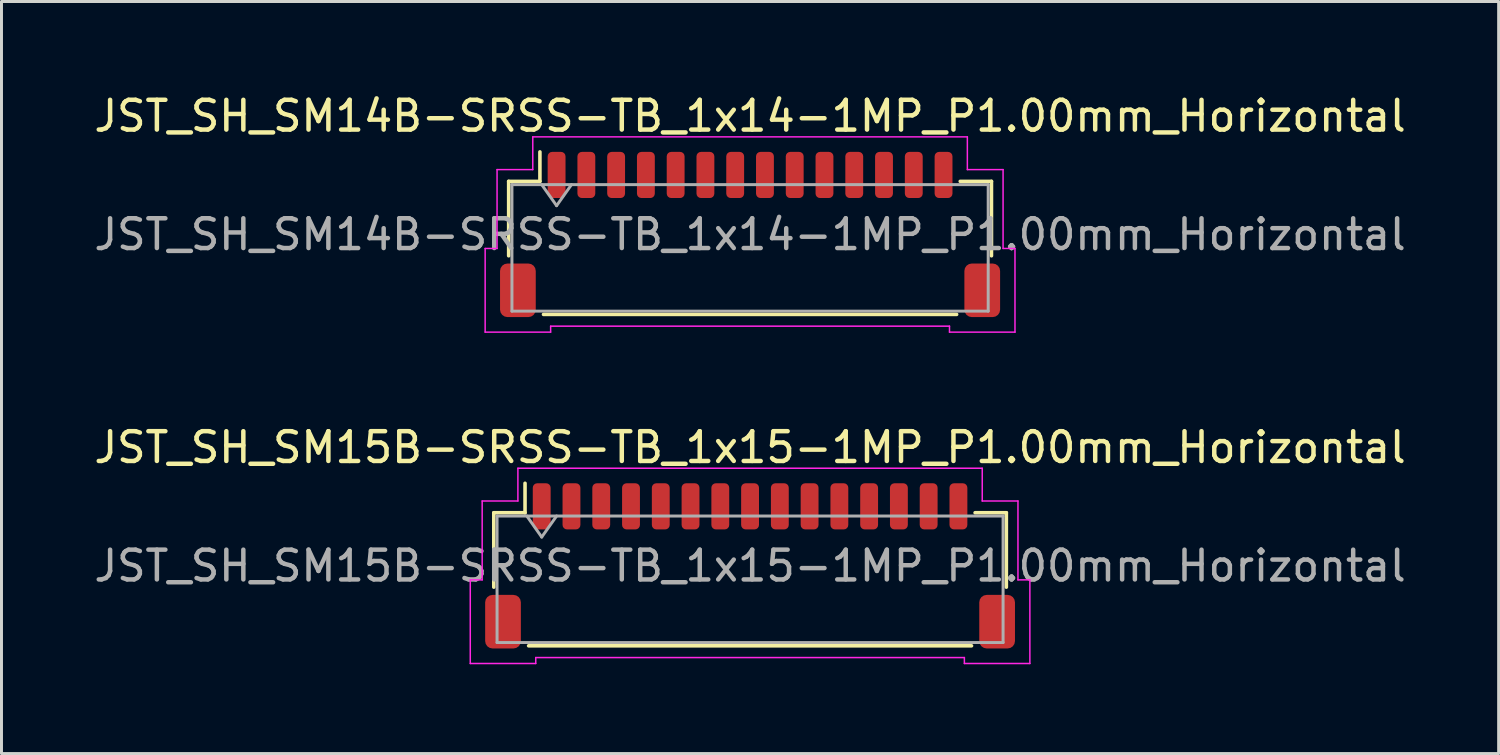
<source format=kicad_pcb>
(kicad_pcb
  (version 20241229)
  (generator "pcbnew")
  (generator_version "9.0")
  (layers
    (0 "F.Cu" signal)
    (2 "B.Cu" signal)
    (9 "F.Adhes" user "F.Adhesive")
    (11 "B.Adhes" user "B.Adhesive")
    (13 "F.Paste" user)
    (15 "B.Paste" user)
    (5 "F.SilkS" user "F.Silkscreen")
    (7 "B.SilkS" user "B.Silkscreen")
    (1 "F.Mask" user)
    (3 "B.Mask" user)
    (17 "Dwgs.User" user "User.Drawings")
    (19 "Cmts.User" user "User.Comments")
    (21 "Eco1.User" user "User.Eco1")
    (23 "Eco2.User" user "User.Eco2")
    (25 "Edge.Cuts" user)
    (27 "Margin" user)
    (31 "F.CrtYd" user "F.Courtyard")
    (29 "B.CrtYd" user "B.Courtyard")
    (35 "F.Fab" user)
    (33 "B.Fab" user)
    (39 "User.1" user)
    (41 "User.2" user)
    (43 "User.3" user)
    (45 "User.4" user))
  (footprint "JST_SH_SM15B-SRSS-TB_1x15-1MP_P1.00mm_Horizontal"
    (layer "F.Cu")
    (at 22.149 15.961)
    (property "Reference" "JST_SH_SM15B-SRSS-TB_1x15-1MP_P1.00mm_Horizontal" (at 0 -3.98 0) (layer "F.SilkS") (effects (font (size 1 1) (thickness 0.15))))
    (attr smd)
    (fp_line (start -8.61 -1.785) (end -7.56 -1.785) (stroke (width 0.12) (type solid)) (layer "F.SilkS"))
    (fp_line (start -8.61 0.715) (end -8.61 -1.785) (stroke (width 0.12) (type solid)) (layer "F.SilkS"))
    (fp_line (start -7.56 -1.785) (end -7.56 -2.775) (stroke (width 0.12) (type solid)) (layer "F.SilkS"))
    (fp_line (start -7.44 2.685) (end 7.44 2.685) (stroke (width 0.12) (type solid)) (layer "F.SilkS"))
    (fp_line (start 8.61 -1.785) (end 7.56 -1.785) (stroke (width 0.12) (type solid)) (layer "F.SilkS"))
    (fp_line (start 8.61 0.715) (end 8.61 -1.785) (stroke (width 0.12) (type solid)) (layer "F.SilkS"))
    (fp_line (start -9.4 0.47) (end -9 0.47) (stroke (width 0.05) (type solid)) (layer "F.CrtYd"))
    (fp_line (start -9.4 3.28) (end -9.4 0.47) (stroke (width 0.05) (type solid)) (layer "F.CrtYd"))
    (fp_line (start -9 -2.18) (end -7.8 -2.18) (stroke (width 0.05) (type solid)) (layer "F.CrtYd"))
    (fp_line (start -9 0.47) (end -9 -2.18) (stroke (width 0.05) (type solid)) (layer "F.CrtYd"))
    (fp_line (start -7.8 -3.28) (end 7.8 -3.28) (stroke (width 0.05) (type solid)) (layer "F.CrtYd"))
    (fp_line (start -7.8 -2.18) (end -7.8 -3.28) (stroke (width 0.05) (type solid)) (layer "F.CrtYd"))
    (fp_line (start -7.2 3.08) (end -7.2 3.28) (stroke (width 0.05) (type solid)) (layer "F.CrtYd"))
    (fp_line (start -7.2 3.28) (end -9.4 3.28) (stroke (width 0.05) (type solid)) (layer "F.CrtYd"))
    (fp_line (start 7.2 3.08) (end -7.2 3.08) (stroke (width 0.05) (type solid)) (layer "F.CrtYd"))
    (fp_line (start 7.2 3.28) (end 7.2 3.08) (stroke (width 0.05) (type solid)) (layer "F.CrtYd"))
    (fp_line (start 7.8 -3.28) (end 7.8 -2.18) (stroke (width 0.05) (type solid)) (layer "F.CrtYd"))
    (fp_line (start 7.8 -2.18) (end 9 -2.18) (stroke (width 0.05) (type solid)) (layer "F.CrtYd"))
    (fp_line (start 9 -2.18) (end 9 0.47) (stroke (width 0.05) (type solid)) (layer "F.CrtYd"))
    (fp_line (start 9 0.47) (end 9.4 0.47) (stroke (width 0.05) (type solid)) (layer "F.CrtYd"))
    (fp_line (start 9.4 0.47) (end 9.4 3.28) (stroke (width 0.05) (type solid)) (layer "F.CrtYd"))
    (fp_line (start 9.4 3.28) (end 7.2 3.28) (stroke (width 0.05) (type solid)) (layer "F.CrtYd"))
    (fp_line (start -8.5 -1.675) (end -8.5 2.575) (stroke (width 0.1) (type solid)) (layer "F.Fab"))
    (fp_line (start -8.5 -1.675) (end 8.5 -1.675) (stroke (width 0.1) (type solid)) (layer "F.Fab"))
    (fp_line (start -8.5 2.575) (end 8.5 2.575) (stroke (width 0.1) (type solid)) (layer "F.Fab"))
    (fp_line (start -7.5 -1.675) (end -7 -0.968) (stroke (width 0.1) (type solid)) (layer "F.Fab"))
    (fp_line (start -7 -0.968) (end -6.5 -1.675) (stroke (width 0.1) (type solid)) (layer "F.Fab"))
    (fp_line (start 8.5 -1.675) (end 8.5 2.575) (stroke (width 0.1) (type solid)) (layer "F.Fab"))
    (fp_text user "${REFERENCE}" (at 0 0 0) (layer "F.Fab") (effects (font (size 1 1) (thickness 0.15))))
    (pad "1" smd roundrect (at -7 -2) (size 0.6 1.55) (layers "F.Cu" "F.Mask" "F.Paste") (roundrect_rratio 0.25))
    (pad "2" smd roundrect (at -6 -2) (size 0.6 1.55) (layers "F.Cu" "F.Mask" "F.Paste") (roundrect_rratio 0.25))
    (pad "3" smd roundrect (at -5 -2) (size 0.6 1.55) (layers "F.Cu" "F.Mask" "F.Paste") (roundrect_rratio 0.25))
    (pad "4" smd roundrect (at -4 -2) (size 0.6 1.55) (layers "F.Cu" "F.Mask" "F.Paste") (roundrect_rratio 0.25))
    (pad "5" smd roundrect (at -3 -2) (size 0.6 1.55) (layers "F.Cu" "F.Mask" "F.Paste") (roundrect_rratio 0.25))
    (pad "6" smd roundrect (at -2 -2) (size 0.6 1.55) (layers "F.Cu" "F.Mask" "F.Paste") (roundrect_rratio 0.25))
    (pad "7" smd roundrect (at -1 -2) (size 0.6 1.55) (layers "F.Cu" "F.Mask" "F.Paste") (roundrect_rratio 0.25))
    (pad "8" smd roundrect (at 0 -2) (size 0.6 1.55) (layers "F.Cu" "F.Mask" "F.Paste") (roundrect_rratio 0.25))
    (pad "9" smd roundrect (at 1 -2) (size 0.6 1.55) (layers "F.Cu" "F.Mask" "F.Paste") (roundrect_rratio 0.25))
    (pad "10" smd roundrect (at 2 -2) (size 0.6 1.55) (layers "F.Cu" "F.Mask" "F.Paste") (roundrect_rratio 0.25))
    (pad "11" smd roundrect (at 3 -2) (size 0.6 1.55) (layers "F.Cu" "F.Mask" "F.Paste") (roundrect_rratio 0.25))
    (pad "12" smd roundrect (at 4 -2) (size 0.6 1.55) (layers "F.Cu" "F.Mask" "F.Paste") (roundrect_rratio 0.25))
    (pad "13" smd roundrect (at 5 -2) (size 0.6 1.55) (layers "F.Cu" "F.Mask" "F.Paste") (roundrect_rratio 0.25))
    (pad "14" smd roundrect (at 6 -2) (size 0.6 1.55) (layers "F.Cu" "F.Mask" "F.Paste") (roundrect_rratio 0.25))
    (pad "15" smd roundrect (at 7 -2) (size 0.6 1.55) (layers "F.Cu" "F.Mask" "F.Paste") (roundrect_rratio 0.25))
    (pad "MP" smd roundrect (at -8.3 1.875) (size 1.2 1.8) (layers "F.Cu" "F.Mask" "F.Paste") (roundrect_rratio 0.208))
    (pad "MP" smd roundrect (at 8.3 1.875) (size 1.2 1.8) (layers "F.Cu" "F.Mask" "F.Paste") (roundrect_rratio 0.208)))
  (footprint "JST_SH_SM14B-SRSS-TB_1x14-1MP_P1.00mm_Horizontal"
    (layer "F.Cu")
    (at 22.149 4.828)
    (property "Reference" "JST_SH_SM14B-SRSS-TB_1x14-1MP_P1.00mm_Horizontal" (at 0 -3.98 0) (layer "F.SilkS") (effects (font (size 1 1) (thickness 0.15))))
    (attr smd)
    (fp_line (start -8.11 -1.785) (end -7.06 -1.785) (stroke (width 0.12) (type solid)) (layer "F.SilkS"))
    (fp_line (start -8.11 0.715) (end -8.11 -1.785) (stroke (width 0.12) (type solid)) (layer "F.SilkS"))
    (fp_line (start -7.06 -1.785) (end -7.06 -2.775) (stroke (width 0.12) (type solid)) (layer "F.SilkS"))
    (fp_line (start -6.94 2.685) (end 6.94 2.685) (stroke (width 0.12) (type solid)) (layer "F.SilkS"))
    (fp_line (start 8.11 -1.785) (end 7.06 -1.785) (stroke (width 0.12) (type solid)) (layer "F.SilkS"))
    (fp_line (start 8.11 0.715) (end 8.11 -1.785) (stroke (width 0.12) (type solid)) (layer "F.SilkS"))
    (fp_line (start -8.9 0.47) (end -8.5 0.47) (stroke (width 0.05) (type solid)) (layer "F.CrtYd"))
    (fp_line (start -8.9 3.28) (end -8.9 0.47) (stroke (width 0.05) (type solid)) (layer "F.CrtYd"))
    (fp_line (start -8.5 -2.18) (end -7.3 -2.18) (stroke (width 0.05) (type solid)) (layer "F.CrtYd"))
    (fp_line (start -8.5 0.47) (end -8.5 -2.18) (stroke (width 0.05) (type solid)) (layer "F.CrtYd"))
    (fp_line (start -7.3 -3.28) (end 7.3 -3.28) (stroke (width 0.05) (type solid)) (layer "F.CrtYd"))
    (fp_line (start -7.3 -2.18) (end -7.3 -3.28) (stroke (width 0.05) (type solid)) (layer "F.CrtYd"))
    (fp_line (start -6.7 3.08) (end -6.7 3.28) (stroke (width 0.05) (type solid)) (layer "F.CrtYd"))
    (fp_line (start -6.7 3.28) (end -8.9 3.28) (stroke (width 0.05) (type solid)) (layer "F.CrtYd"))
    (fp_line (start 6.7 3.08) (end -6.7 3.08) (stroke (width 0.05) (type solid)) (layer "F.CrtYd"))
    (fp_line (start 6.7 3.28) (end 6.7 3.08) (stroke (width 0.05) (type solid)) (layer "F.CrtYd"))
    (fp_line (start 7.3 -3.28) (end 7.3 -2.18) (stroke (width 0.05) (type solid)) (layer "F.CrtYd"))
    (fp_line (start 7.3 -2.18) (end 8.5 -2.18) (stroke (width 0.05) (type solid)) (layer "F.CrtYd"))
    (fp_line (start 8.5 -2.18) (end 8.5 0.47) (stroke (width 0.05) (type solid)) (layer "F.CrtYd"))
    (fp_line (start 8.5 0.47) (end 8.9 0.47) (stroke (width 0.05) (type solid)) (layer "F.CrtYd"))
    (fp_line (start 8.9 0.47) (end 8.9 3.28) (stroke (width 0.05) (type solid)) (layer "F.CrtYd"))
    (fp_line (start 8.9 3.28) (end 6.7 3.28) (stroke (width 0.05) (type solid)) (layer "F.CrtYd"))
    (fp_line (start -8 -1.675) (end -8 2.575) (stroke (width 0.1) (type solid)) (layer "F.Fab"))
    (fp_line (start -8 -1.675) (end 8 -1.675) (stroke (width 0.1) (type solid)) (layer "F.Fab"))
    (fp_line (start -8 2.575) (end 8 2.575) (stroke (width 0.1) (type solid)) (layer "F.Fab"))
    (fp_line (start -7 -1.675) (end -6.5 -0.968) (stroke (width 0.1) (type solid)) (layer "F.Fab"))
    (fp_line (start -6.5 -0.968) (end -6 -1.675) (stroke (width 0.1) (type solid)) (layer "F.Fab"))
    (fp_line (start 8 -1.675) (end 8 2.575) (stroke (width 0.1) (type solid)) (layer "F.Fab"))
    (fp_text user "${REFERENCE}" (at 0 0 0) (layer "F.Fab") (effects (font (size 1 1) (thickness 0.15))))
    (pad "1" smd roundrect (at -6.5 -2) (size 0.6 1.55) (layers "F.Cu" "F.Mask" "F.Paste") (roundrect_rratio 0.25))
    (pad "2" smd roundrect (at -5.5 -2) (size 0.6 1.55) (layers "F.Cu" "F.Mask" "F.Paste") (roundrect_rratio 0.25))
    (pad "3" smd roundrect (at -4.5 -2) (size 0.6 1.55) (layers "F.Cu" "F.Mask" "F.Paste") (roundrect_rratio 0.25))
    (pad "4" smd roundrect (at -3.5 -2) (size 0.6 1.55) (layers "F.Cu" "F.Mask" "F.Paste") (roundrect_rratio 0.25))
    (pad "5" smd roundrect (at -2.5 -2) (size 0.6 1.55) (layers "F.Cu" "F.Mask" "F.Paste") (roundrect_rratio 0.25))
    (pad "6" smd roundrect (at -1.5 -2) (size 0.6 1.55) (layers "F.Cu" "F.Mask" "F.Paste") (roundrect_rratio 0.25))
    (pad "7" smd roundrect (at -0.5 -2) (size 0.6 1.55) (layers "F.Cu" "F.Mask" "F.Paste") (roundrect_rratio 0.25))
    (pad "8" smd roundrect (at 0.5 -2) (size 0.6 1.55) (layers "F.Cu" "F.Mask" "F.Paste") (roundrect_rratio 0.25))
    (pad "9" smd roundrect (at 1.5 -2) (size 0.6 1.55) (layers "F.Cu" "F.Mask" "F.Paste") (roundrect_rratio 0.25))
    (pad "10" smd roundrect (at 2.5 -2) (size 0.6 1.55) (layers "F.Cu" "F.Mask" "F.Paste") (roundrect_rratio 0.25))
    (pad "11" smd roundrect (at 3.5 -2) (size 0.6 1.55) (layers "F.Cu" "F.Mask" "F.Paste") (roundrect_rratio 0.25))
    (pad "12" smd roundrect (at 4.5 -2) (size 0.6 1.55) (layers "F.Cu" "F.Mask" "F.Paste") (roundrect_rratio 0.25))
    (pad "13" smd roundrect (at 5.5 -2) (size 0.6 1.55) (layers "F.Cu" "F.Mask" "F.Paste") (roundrect_rratio 0.25))
    (pad "14" smd roundrect (at 6.5 -2) (size 0.6 1.55) (layers "F.Cu" "F.Mask" "F.Paste") (roundrect_rratio 0.25))
    (pad "MP" smd roundrect (at -7.8 1.875) (size 1.2 1.8) (layers "F.Cu" "F.Mask" "F.Paste") (roundrect_rratio 0.208))
    (pad "MP" smd roundrect (at 7.8 1.875) (size 1.2 1.8) (layers "F.Cu" "F.Mask" "F.Paste") (roundrect_rratio 0.208)))
  (gr_rect
    (start -3 -3)
    (end 47.298 22.267)
    (stroke (width 0.1) (type default))
    (fill no)
    (layer "Edge.Cuts")))
</source>
